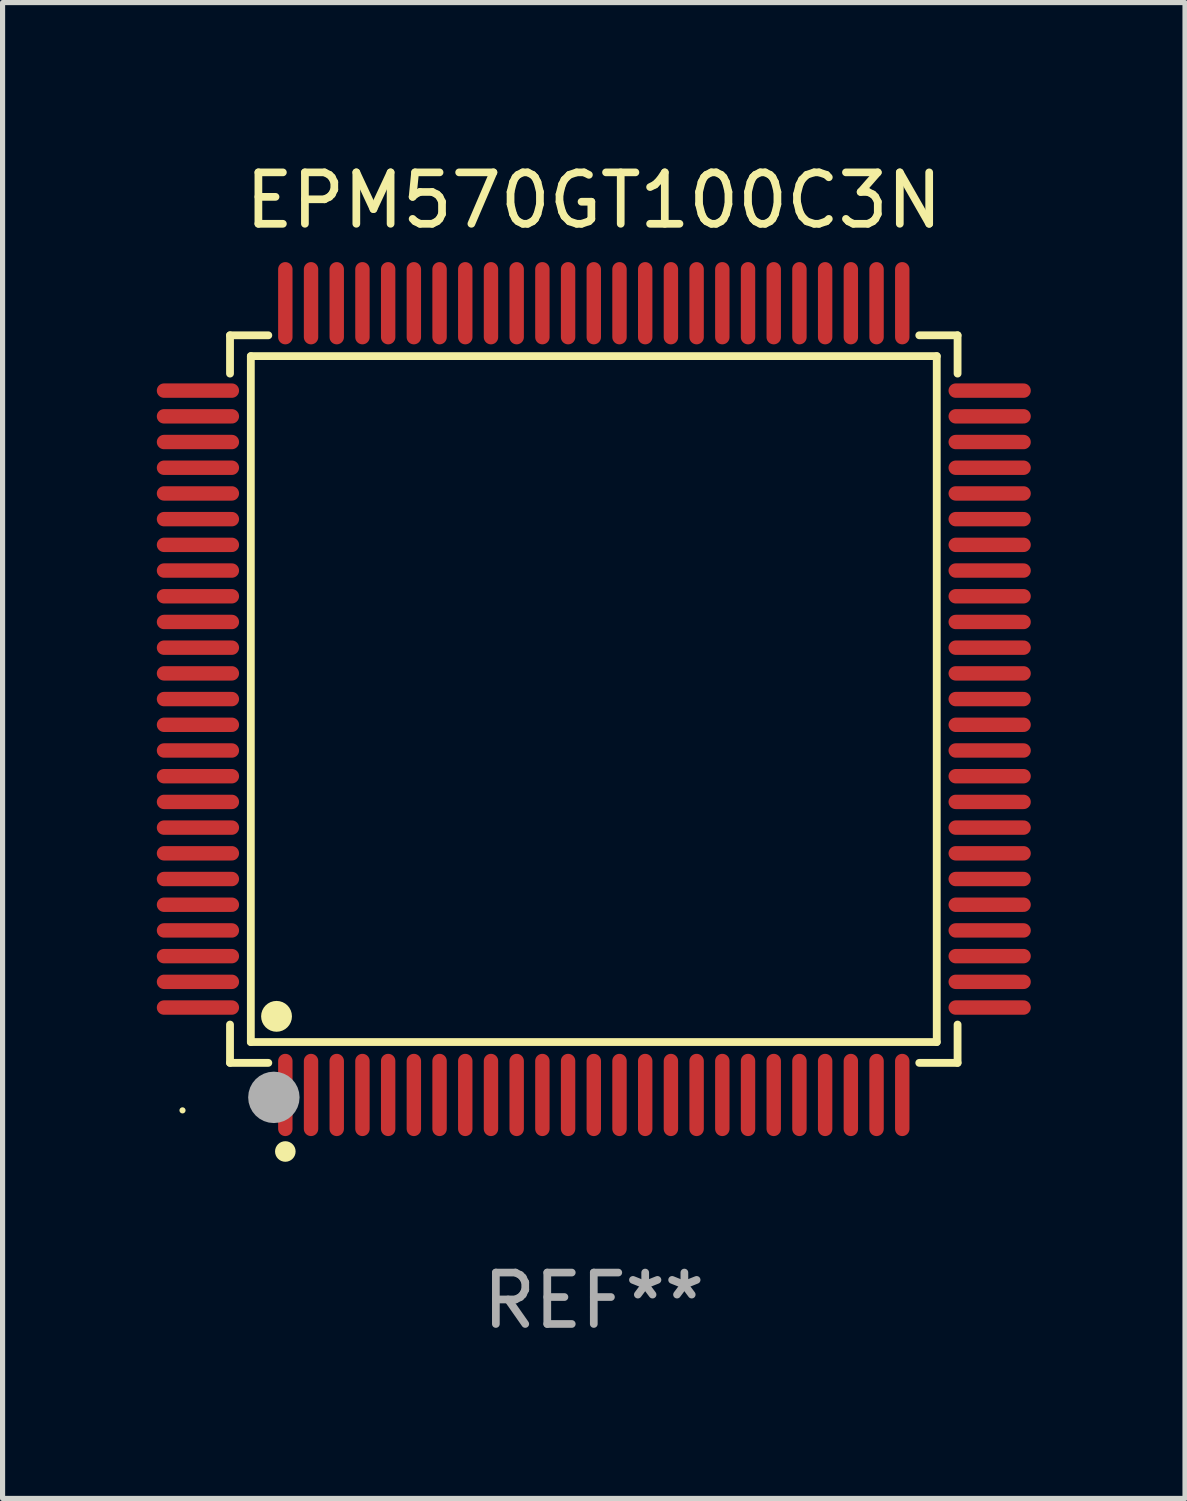
<source format=kicad_pcb>
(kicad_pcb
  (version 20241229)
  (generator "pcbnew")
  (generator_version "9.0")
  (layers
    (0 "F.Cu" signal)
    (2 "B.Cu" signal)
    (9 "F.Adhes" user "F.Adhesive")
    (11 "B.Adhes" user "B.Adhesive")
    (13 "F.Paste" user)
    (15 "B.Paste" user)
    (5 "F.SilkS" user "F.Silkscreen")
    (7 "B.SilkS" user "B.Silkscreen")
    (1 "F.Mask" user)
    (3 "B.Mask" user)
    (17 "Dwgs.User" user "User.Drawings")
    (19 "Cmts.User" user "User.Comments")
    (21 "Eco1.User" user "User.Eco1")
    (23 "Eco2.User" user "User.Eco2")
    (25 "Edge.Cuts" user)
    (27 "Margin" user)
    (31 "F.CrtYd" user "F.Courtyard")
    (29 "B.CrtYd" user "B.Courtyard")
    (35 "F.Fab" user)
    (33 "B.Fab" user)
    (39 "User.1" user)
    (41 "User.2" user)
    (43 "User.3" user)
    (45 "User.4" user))
  (footprint "EPM570GT100C3N"
    (layer "F.Cu")
    (at 8.5 10.548)
    (property "Reference" "EPM570GT100C3N" (at 0 -9.7 0) (layer "F.SilkS") (effects (font (size 1 1) (thickness 0.15))))
    (attr through_hole)
    (fp_line (start -7.076 -7.076) (end -6.331 -7.076) (stroke (width 0.152) (type solid)) (layer "F.SilkS"))
    (fp_line (start -7.076 -6.331) (end -7.076 -7.076) (stroke (width 0.152) (type solid)) (layer "F.SilkS"))
    (fp_line (start -7.076 6.331) (end -7.076 7.076) (stroke (width 0.152) (type solid)) (layer "F.SilkS"))
    (fp_line (start -7.076 7.076) (end -6.331 7.076) (stroke (width 0.152) (type solid)) (layer "F.SilkS"))
    (fp_line (start -6.671 -6.671) (end 6.671 -6.671) (stroke (width 0.152) (type solid)) (layer "F.SilkS"))
    (fp_line (start -6.671 6.671) (end -6.671 -6.671) (stroke (width 0.152) (type solid)) (layer "F.SilkS"))
    (fp_line (start 6.671 -6.671) (end 6.671 6.671) (stroke (width 0.152) (type solid)) (layer "F.SilkS"))
    (fp_line (start 6.671 6.671) (end -6.671 6.671) (stroke (width 0.152) (type solid)) (layer "F.SilkS"))
    (fp_line (start 7.076 -7.076) (end 6.331 -7.076) (stroke (width 0.152) (type solid)) (layer "F.SilkS"))
    (fp_line (start 7.076 -6.331) (end 7.076 -7.076) (stroke (width 0.152) (type solid)) (layer "F.SilkS"))
    (fp_line (start 7.076 6.331) (end 7.076 7.076) (stroke (width 0.152) (type solid)) (layer "F.SilkS"))
    (fp_line (start 7.076 7.076) (end 6.331 7.076) (stroke (width 0.152) (type solid)) (layer "F.SilkS"))
    (fp_circle (center -8 8) (end -7.97 8) (stroke (width 0.06) (type solid)) (fill no) (layer "F.SilkS"))
    (fp_circle (center -6.171 6.171) (end -6.021 6.171) (stroke (width 0.3) (type solid)) (fill no) (layer "F.SilkS"))
    (fp_circle (center -6 8.8) (end -5.9 8.8) (stroke (width 0.2) (type solid)) (fill no) (layer "F.SilkS"))
    (fp_circle (center -6.223 7.747) (end -5.973 7.747) (stroke (width 0.5) (type solid)) (fill no) (layer "F.Fab"))
    (fp_text user "REF**" (at 0 11.7 0) (layer "F.Fab") (effects (font (size 1 1) (thickness 0.15))))
    (pad "1" smd oval (at -6 7.7) (size 0.28 1.6) (layers "F.Cu" "F.Mask" "F.Paste"))
    (pad "2" smd oval (at -5.5 7.7) (size 0.28 1.6) (layers "F.Cu" "F.Mask" "F.Paste"))
    (pad "3" smd oval (at -5 7.7) (size 0.28 1.6) (layers "F.Cu" "F.Mask" "F.Paste"))
    (pad "4" smd oval (at -4.5 7.7) (size 0.28 1.6) (layers "F.Cu" "F.Mask" "F.Paste"))
    (pad "5" smd oval (at -4 7.7) (size 0.28 1.6) (layers "F.Cu" "F.Mask" "F.Paste"))
    (pad "6" smd oval (at -3.5 7.7) (size 0.28 1.6) (layers "F.Cu" "F.Mask" "F.Paste"))
    (pad "7" smd oval (at -3 7.7) (size 0.28 1.6) (layers "F.Cu" "F.Mask" "F.Paste"))
    (pad "8" smd oval (at -2.5 7.7) (size 0.28 1.6) (layers "F.Cu" "F.Mask" "F.Paste"))
    (pad "9" smd oval (at -2 7.7) (size 0.28 1.6) (layers "F.Cu" "F.Mask" "F.Paste"))
    (pad "10" smd oval (at -1.5 7.7) (size 0.28 1.6) (layers "F.Cu" "F.Mask" "F.Paste"))
    (pad "11" smd oval (at -1 7.7) (size 0.28 1.6) (layers "F.Cu" "F.Mask" "F.Paste"))
    (pad "12" smd oval (at -0.5 7.7) (size 0.28 1.6) (layers "F.Cu" "F.Mask" "F.Paste"))
    (pad "13" smd oval (at 0 7.7) (size 0.28 1.6) (layers "F.Cu" "F.Mask" "F.Paste"))
    (pad "14" smd oval (at 0.5 7.7) (size 0.28 1.6) (layers "F.Cu" "F.Mask" "F.Paste"))
    (pad "15" smd oval (at 1 7.7) (size 0.28 1.6) (layers "F.Cu" "F.Mask" "F.Paste"))
    (pad "16" smd oval (at 1.5 7.7) (size 0.28 1.6) (layers "F.Cu" "F.Mask" "F.Paste"))
    (pad "17" smd oval (at 2 7.7) (size 0.28 1.6) (layers "F.Cu" "F.Mask" "F.Paste"))
    (pad "18" smd oval (at 2.5 7.7) (size 0.28 1.6) (layers "F.Cu" "F.Mask" "F.Paste"))
    (pad "19" smd oval (at 3 7.7) (size 0.28 1.6) (layers "F.Cu" "F.Mask" "F.Paste"))
    (pad "20" smd oval (at 3.5 7.7) (size 0.28 1.6) (layers "F.Cu" "F.Mask" "F.Paste"))
    (pad "21" smd oval (at 4 7.7) (size 0.28 1.6) (layers "F.Cu" "F.Mask" "F.Paste"))
    (pad "22" smd oval (at 4.5 7.7) (size 0.28 1.6) (layers "F.Cu" "F.Mask" "F.Paste"))
    (pad "23" smd oval (at 5 7.7) (size 0.28 1.6) (layers "F.Cu" "F.Mask" "F.Paste"))
    (pad "24" smd oval (at 5.5 7.7) (size 0.28 1.6) (layers "F.Cu" "F.Mask" "F.Paste"))
    (pad "25" smd oval (at 6 7.7) (size 0.28 1.6) (layers "F.Cu" "F.Mask" "F.Paste"))
    (pad "26" smd oval (at 7.7 6) (size 1.6 0.28) (layers "F.Cu" "F.Mask" "F.Paste"))
    (pad "27" smd oval (at 7.7 5.5) (size 1.6 0.28) (layers "F.Cu" "F.Mask" "F.Paste"))
    (pad "28" smd oval (at 7.7 5) (size 1.6 0.28) (layers "F.Cu" "F.Mask" "F.Paste"))
    (pad "29" smd oval (at 7.7 4.5) (size 1.6 0.28) (layers "F.Cu" "F.Mask" "F.Paste"))
    (pad "30" smd oval (at 7.7 4) (size 1.6 0.28) (layers "F.Cu" "F.Mask" "F.Paste"))
    (pad "31" smd oval (at 7.7 3.5) (size 1.6 0.28) (layers "F.Cu" "F.Mask" "F.Paste"))
    (pad "32" smd oval (at 7.7 3) (size 1.6 0.28) (layers "F.Cu" "F.Mask" "F.Paste"))
    (pad "33" smd oval (at 7.7 2.5) (size 1.6 0.28) (layers "F.Cu" "F.Mask" "F.Paste"))
    (pad "34" smd oval (at 7.7 2) (size 1.6 0.28) (layers "F.Cu" "F.Mask" "F.Paste"))
    (pad "35" smd oval (at 7.7 1.5) (size 1.6 0.28) (layers "F.Cu" "F.Mask" "F.Paste"))
    (pad "36" smd oval (at 7.7 1) (size 1.6 0.28) (layers "F.Cu" "F.Mask" "F.Paste"))
    (pad "37" smd oval (at 7.7 0.5) (size 1.6 0.28) (layers "F.Cu" "F.Mask" "F.Paste"))
    (pad "38" smd oval (at 7.7 0) (size 1.6 0.28) (layers "F.Cu" "F.Mask" "F.Paste"))
    (pad "39" smd oval (at 7.7 -0.5) (size 1.6 0.28) (layers "F.Cu" "F.Mask" "F.Paste"))
    (pad "40" smd oval (at 7.7 -1) (size 1.6 0.28) (layers "F.Cu" "F.Mask" "F.Paste"))
    (pad "41" smd oval (at 7.7 -1.5) (size 1.6 0.28) (layers "F.Cu" "F.Mask" "F.Paste"))
    (pad "42" smd oval (at 7.7 -2) (size 1.6 0.28) (layers "F.Cu" "F.Mask" "F.Paste"))
    (pad "43" smd oval (at 7.7 -2.5) (size 1.6 0.28) (layers "F.Cu" "F.Mask" "F.Paste"))
    (pad "44" smd oval (at 7.7 -3) (size 1.6 0.28) (layers "F.Cu" "F.Mask" "F.Paste"))
    (pad "45" smd oval (at 7.7 -3.5) (size 1.6 0.28) (layers "F.Cu" "F.Mask" "F.Paste"))
    (pad "46" smd oval (at 7.7 -4) (size 1.6 0.28) (layers "F.Cu" "F.Mask" "F.Paste"))
    (pad "47" smd oval (at 7.7 -4.5) (size 1.6 0.28) (layers "F.Cu" "F.Mask" "F.Paste"))
    (pad "48" smd oval (at 7.7 -5) (size 1.6 0.28) (layers "F.Cu" "F.Mask" "F.Paste"))
    (pad "49" smd oval (at 7.7 -5.5) (size 1.6 0.28) (layers "F.Cu" "F.Mask" "F.Paste"))
    (pad "50" smd oval (at 7.7 -6) (size 1.6 0.28) (layers "F.Cu" "F.Mask" "F.Paste"))
    (pad "51" smd oval (at 6 -7.7) (size 0.28 1.6) (layers "F.Cu" "F.Mask" "F.Paste"))
    (pad "52" smd oval (at 5.5 -7.7) (size 0.28 1.6) (layers "F.Cu" "F.Mask" "F.Paste"))
    (pad "53" smd oval (at 5 -7.7) (size 0.28 1.6) (layers "F.Cu" "F.Mask" "F.Paste"))
    (pad "54" smd oval (at 4.5 -7.7) (size 0.28 1.6) (layers "F.Cu" "F.Mask" "F.Paste"))
    (pad "55" smd oval (at 4 -7.7) (size 0.28 1.6) (layers "F.Cu" "F.Mask" "F.Paste"))
    (pad "56" smd oval (at 3.5 -7.7) (size 0.28 1.6) (layers "F.Cu" "F.Mask" "F.Paste"))
    (pad "57" smd oval (at 3 -7.7) (size 0.28 1.6) (layers "F.Cu" "F.Mask" "F.Paste"))
    (pad "58" smd oval (at 2.5 -7.7) (size 0.28 1.6) (layers "F.Cu" "F.Mask" "F.Paste"))
    (pad "59" smd oval (at 2 -7.7) (size 0.28 1.6) (layers "F.Cu" "F.Mask" "F.Paste"))
    (pad "60" smd oval (at 1.5 -7.7) (size 0.28 1.6) (layers "F.Cu" "F.Mask" "F.Paste"))
    (pad "61" smd oval (at 1 -7.7) (size 0.28 1.6) (layers "F.Cu" "F.Mask" "F.Paste"))
    (pad "62" smd oval (at 0.5 -7.7) (size 0.28 1.6) (layers "F.Cu" "F.Mask" "F.Paste"))
    (pad "63" smd oval (at 0 -7.7) (size 0.28 1.6) (layers "F.Cu" "F.Mask" "F.Paste"))
    (pad "64" smd oval (at -0.5 -7.7) (size 0.28 1.6) (layers "F.Cu" "F.Mask" "F.Paste"))
    (pad "65" smd oval (at -1 -7.7) (size 0.28 1.6) (layers "F.Cu" "F.Mask" "F.Paste"))
    (pad "66" smd oval (at -1.5 -7.7) (size 0.28 1.6) (layers "F.Cu" "F.Mask" "F.Paste"))
    (pad "67" smd oval (at -2 -7.7) (size 0.28 1.6) (layers "F.Cu" "F.Mask" "F.Paste"))
    (pad "68" smd oval (at -2.5 -7.7) (size 0.28 1.6) (layers "F.Cu" "F.Mask" "F.Paste"))
    (pad "69" smd oval (at -3 -7.7) (size 0.28 1.6) (layers "F.Cu" "F.Mask" "F.Paste"))
    (pad "70" smd oval (at -3.5 -7.7) (size 0.28 1.6) (layers "F.Cu" "F.Mask" "F.Paste"))
    (pad "71" smd oval (at -4 -7.7) (size 0.28 1.6) (layers "F.Cu" "F.Mask" "F.Paste"))
    (pad "72" smd oval (at -4.5 -7.7) (size 0.28 1.6) (layers "F.Cu" "F.Mask" "F.Paste"))
    (pad "73" smd oval (at -5 -7.7) (size 0.28 1.6) (layers "F.Cu" "F.Mask" "F.Paste"))
    (pad "74" smd oval (at -5.5 -7.7) (size 0.28 1.6) (layers "F.Cu" "F.Mask" "F.Paste"))
    (pad "75" smd oval (at -6 -7.7) (size 0.28 1.6) (layers "F.Cu" "F.Mask" "F.Paste"))
    (pad "76" smd oval (at -7.7 -6) (size 1.6 0.28) (layers "F.Cu" "F.Mask" "F.Paste"))
    (pad "77" smd oval (at -7.7 -5.5) (size 1.6 0.28) (layers "F.Cu" "F.Mask" "F.Paste"))
    (pad "78" smd oval (at -7.7 -5) (size 1.6 0.28) (layers "F.Cu" "F.Mask" "F.Paste"))
    (pad "79" smd oval (at -7.7 -4.5) (size 1.6 0.28) (layers "F.Cu" "F.Mask" "F.Paste"))
    (pad "80" smd oval (at -7.7 -4) (size 1.6 0.28) (layers "F.Cu" "F.Mask" "F.Paste"))
    (pad "81" smd oval (at -7.7 -3.5) (size 1.6 0.28) (layers "F.Cu" "F.Mask" "F.Paste"))
    (pad "82" smd oval (at -7.7 -3) (size 1.6 0.28) (layers "F.Cu" "F.Mask" "F.Paste"))
    (pad "83" smd oval (at -7.7 -2.5) (size 1.6 0.28) (layers "F.Cu" "F.Mask" "F.Paste"))
    (pad "84" smd oval (at -7.7 -2) (size 1.6 0.28) (layers "F.Cu" "F.Mask" "F.Paste"))
    (pad "85" smd oval (at -7.7 -1.5) (size 1.6 0.28) (layers "F.Cu" "F.Mask" "F.Paste"))
    (pad "86" smd oval (at -7.7 -1) (size 1.6 0.28) (layers "F.Cu" "F.Mask" "F.Paste"))
    (pad "87" smd oval (at -7.7 -0.5) (size 1.6 0.28) (layers "F.Cu" "F.Mask" "F.Paste"))
    (pad "88" smd oval (at -7.7 0) (size 1.6 0.28) (layers "F.Cu" "F.Mask" "F.Paste"))
    (pad "89" smd oval (at -7.7 0.5) (size 1.6 0.28) (layers "F.Cu" "F.Mask" "F.Paste"))
    (pad "90" smd oval (at -7.7 1) (size 1.6 0.28) (layers "F.Cu" "F.Mask" "F.Paste"))
    (pad "91" smd oval (at -7.7 1.5) (size 1.6 0.28) (layers "F.Cu" "F.Mask" "F.Paste"))
    (pad "92" smd oval (at -7.7 2) (size 1.6 0.28) (layers "F.Cu" "F.Mask" "F.Paste"))
    (pad "93" smd oval (at -7.7 2.5) (size 1.6 0.28) (layers "F.Cu" "F.Mask" "F.Paste"))
    (pad "94" smd oval (at -7.7 3) (size 1.6 0.28) (layers "F.Cu" "F.Mask" "F.Paste"))
    (pad "95" smd oval (at -7.7 3.5) (size 1.6 0.28) (layers "F.Cu" "F.Mask" "F.Paste"))
    (pad "96" smd oval (at -7.7 4) (size 1.6 0.28) (layers "F.Cu" "F.Mask" "F.Paste"))
    (pad "97" smd oval (at -7.7 4.5) (size 1.6 0.28) (layers "F.Cu" "F.Mask" "F.Paste"))
    (pad "98" smd oval (at -7.7 5) (size 1.6 0.28) (layers "F.Cu" "F.Mask" "F.Paste"))
    (pad "99" smd oval (at -7.7 5.5) (size 1.6 0.28) (layers "F.Cu" "F.Mask" "F.Paste"))
    (pad "100" smd oval (at -7.7 6) (size 1.6 0.28) (layers "F.Cu" "F.Mask" "F.Paste")))
  (gr_rect
    (start -3 -3)
    (end 20 26.097)
    (stroke (width 0.1) (type default))
    (fill no)
    (layer "Edge.Cuts")))
</source>
